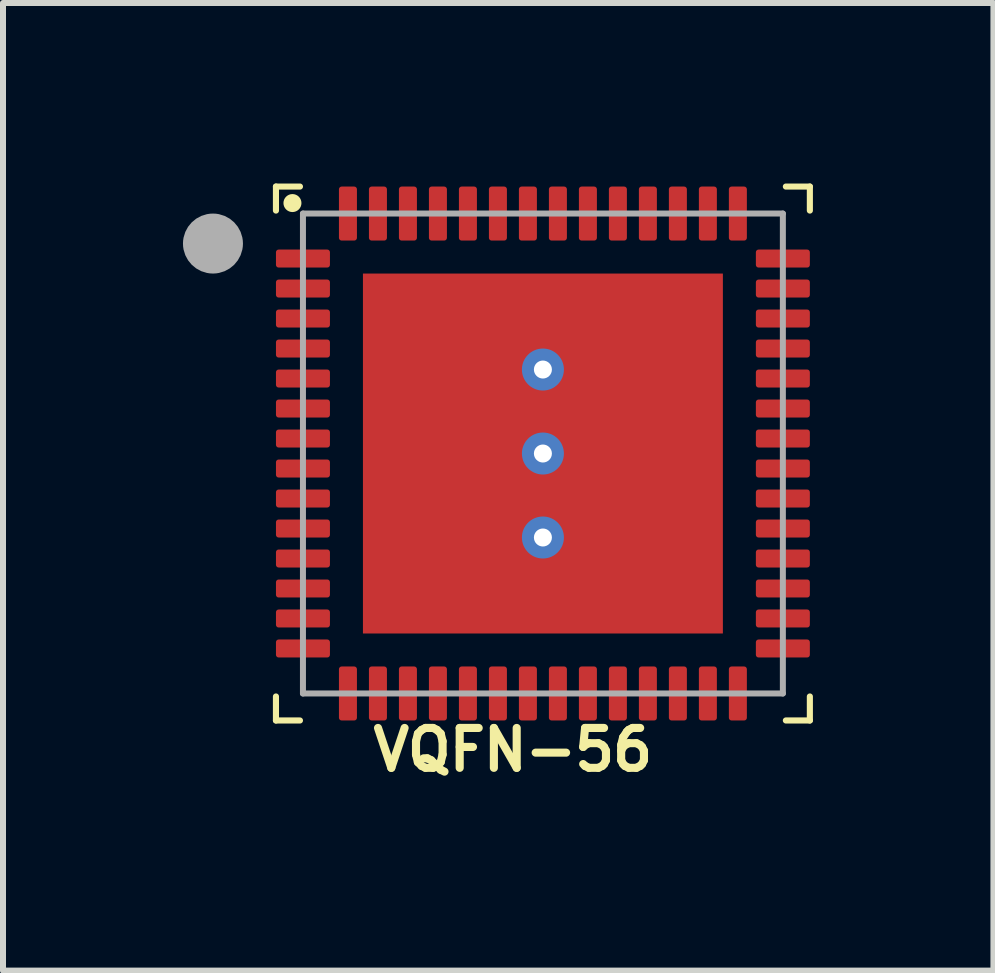
<source format=kicad_pcb>
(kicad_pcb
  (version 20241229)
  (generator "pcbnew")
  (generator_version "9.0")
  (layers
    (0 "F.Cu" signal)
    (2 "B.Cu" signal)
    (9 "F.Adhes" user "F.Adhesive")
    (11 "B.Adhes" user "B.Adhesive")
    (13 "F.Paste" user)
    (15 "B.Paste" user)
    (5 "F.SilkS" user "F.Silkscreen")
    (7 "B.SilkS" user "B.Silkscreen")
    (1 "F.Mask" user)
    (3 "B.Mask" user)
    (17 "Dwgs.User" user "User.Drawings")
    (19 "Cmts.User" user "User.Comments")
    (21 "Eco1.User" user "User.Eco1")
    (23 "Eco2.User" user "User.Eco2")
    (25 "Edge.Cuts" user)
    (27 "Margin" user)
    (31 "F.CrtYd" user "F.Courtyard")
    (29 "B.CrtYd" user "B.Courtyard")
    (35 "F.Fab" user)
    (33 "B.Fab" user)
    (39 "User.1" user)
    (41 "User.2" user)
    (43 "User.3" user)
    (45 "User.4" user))
  (footprint "VQFN-56"
    (layer "F.Cu")
    (at 6 4.51)
    (property "Reference" "VQFN-56" (at 1.9 4.55 0) (unlocked yes) (layer "F.SilkS") (effects (font (size 0.665 0.665) (thickness 0.135)) (justify right top)))
    (fp_poly (pts (xy -3 3) (xy 3 3) (xy 3 -3) (xy -3 -3)) (stroke (width 0) (type default)) (fill yes) (layer "F.Cu"))
    (fp_poly (pts (xy -4.51 -2.54) (xy -3.49 -2.54) (xy -3.49 -2.96) (xy -4.51 -2.96)) (stroke (width 0) (type default)) (fill yes) (layer "F.Mask"))
    (fp_poly (pts (xy -4.51 -2.04) (xy -3.49 -2.04) (xy -3.49 -2.46) (xy -4.51 -2.46)) (stroke (width 0) (type default)) (fill yes) (layer "F.Mask"))
    (fp_poly (pts (xy -4.51 -1.54) (xy -3.49 -1.54) (xy -3.49 -1.96) (xy -4.51 -1.96)) (stroke (width 0) (type default)) (fill yes) (layer "F.Mask"))
    (fp_poly (pts (xy -4.51 -1.04) (xy -3.49 -1.04) (xy -3.49 -1.46) (xy -4.51 -1.46)) (stroke (width 0) (type default)) (fill yes) (layer "F.Mask"))
    (fp_poly (pts (xy -4.51 -0.54) (xy -3.49 -0.54) (xy -3.49 -0.96) (xy -4.51 -0.96)) (stroke (width 0) (type default)) (fill yes) (layer "F.Mask"))
    (fp_poly (pts (xy -4.51 -0.04) (xy -3.49 -0.04) (xy -3.49 -0.46) (xy -4.51 -0.46)) (stroke (width 0) (type default)) (fill yes) (layer "F.Mask"))
    (fp_poly (pts (xy -4.51 0.46) (xy -3.49 0.46) (xy -3.49 0.04) (xy -4.51 0.04)) (stroke (width 0) (type default)) (fill yes) (layer "F.Mask"))
    (fp_poly (pts (xy -4.51 0.96) (xy -3.49 0.96) (xy -3.49 0.54) (xy -4.51 0.54)) (stroke (width 0) (type default)) (fill yes) (layer "F.Mask"))
    (fp_poly (pts (xy -4.51 1.46) (xy -3.49 1.46) (xy -3.49 1.04) (xy -4.51 1.04)) (stroke (width 0) (type default)) (fill yes) (layer "F.Mask"))
    (fp_poly (pts (xy -4.51 1.96) (xy -3.49 1.96) (xy -3.49 1.54) (xy -4.51 1.54)) (stroke (width 0) (type default)) (fill yes) (layer "F.Mask"))
    (fp_poly (pts (xy -4.51 2.46) (xy -3.49 2.46) (xy -3.49 2.04) (xy -4.51 2.04)) (stroke (width 0) (type default)) (fill yes) (layer "F.Mask"))
    (fp_poly (pts (xy -4.51 2.96) (xy -3.49 2.96) (xy -3.49 2.54) (xy -4.51 2.54)) (stroke (width 0) (type default)) (fill yes) (layer "F.Mask"))
    (fp_poly (pts (xy -3.1 3.1) (xy 3.1 3.1) (xy 3.1 -3.1) (xy -3.1 -3.1)) (stroke (width 0) (type default)) (fill yes) (layer "F.Mask"))
    (fp_poly (pts (xy -2.54 -3.49) (xy -2.54 -4.51) (xy -2.96 -4.51) (xy -2.96 -3.49)) (stroke (width 0) (type default)) (fill yes) (layer "F.Mask"))
    (fp_poly (pts (xy -2.54 4.51) (xy -2.54 3.49) (xy -2.96 3.49) (xy -2.96 4.51)) (stroke (width 0) (type default)) (fill yes) (layer "F.Mask"))
    (fp_poly (pts (xy -2.04 -3.49) (xy -2.04 -4.51) (xy -2.46 -4.51) (xy -2.46 -3.49)) (stroke (width 0) (type default)) (fill yes) (layer "F.Mask"))
    (fp_poly (pts (xy -2.04 4.51) (xy -2.04 3.49) (xy -2.46 3.49) (xy -2.46 4.51)) (stroke (width 0) (type default)) (fill yes) (layer "F.Mask"))
    (fp_poly (pts (xy -1.54 -3.49) (xy -1.54 -4.51) (xy -1.96 -4.51) (xy -1.96 -3.49)) (stroke (width 0) (type default)) (fill yes) (layer "F.Mask"))
    (fp_poly (pts (xy -1.54 4.51) (xy -1.54 3.49) (xy -1.96 3.49) (xy -1.96 4.51)) (stroke (width 0) (type default)) (fill yes) (layer "F.Mask"))
    (fp_poly (pts (xy -1.04 -3.49) (xy -1.04 -4.51) (xy -1.46 -4.51) (xy -1.46 -3.49)) (stroke (width 0) (type default)) (fill yes) (layer "F.Mask"))
    (fp_poly (pts (xy -1.04 4.51) (xy -1.04 3.49) (xy -1.46 3.49) (xy -1.46 4.51)) (stroke (width 0) (type default)) (fill yes) (layer "F.Mask"))
    (fp_poly (pts (xy -0.54 -3.49) (xy -0.54 -4.51) (xy -0.96 -4.51) (xy -0.96 -3.49)) (stroke (width 0) (type default)) (fill yes) (layer "F.Mask"))
    (fp_poly (pts (xy -0.54 4.51) (xy -0.54 3.49) (xy -0.96 3.49) (xy -0.96 4.51)) (stroke (width 0) (type default)) (fill yes) (layer "F.Mask"))
    (fp_poly (pts (xy -0.04 -3.49) (xy -0.04 -4.51) (xy -0.46 -4.51) (xy -0.46 -3.49)) (stroke (width 0) (type default)) (fill yes) (layer "F.Mask"))
    (fp_poly (pts (xy -0.04 4.51) (xy -0.04 3.49) (xy -0.46 3.49) (xy -0.46 4.51)) (stroke (width 0) (type default)) (fill yes) (layer "F.Mask"))
    (fp_poly (pts (xy 0.46 -3.49) (xy 0.46 -4.51) (xy 0.04 -4.51) (xy 0.04 -3.49)) (stroke (width 0) (type default)) (fill yes) (layer "F.Mask"))
    (fp_poly (pts (xy 0.46 4.51) (xy 0.46 3.49) (xy 0.04 3.49) (xy 0.04 4.51)) (stroke (width 0) (type default)) (fill yes) (layer "F.Mask"))
    (fp_poly (pts (xy 0.96 -3.49) (xy 0.96 -4.51) (xy 0.54 -4.51) (xy 0.54 -3.49)) (stroke (width 0) (type default)) (fill yes) (layer "F.Mask"))
    (fp_poly (pts (xy 0.96 4.51) (xy 0.96 3.49) (xy 0.54 3.49) (xy 0.54 4.51)) (stroke (width 0) (type default)) (fill yes) (layer "F.Mask"))
    (fp_poly (pts (xy 1.46 -3.49) (xy 1.46 -4.51) (xy 1.04 -4.51) (xy 1.04 -3.49)) (stroke (width 0) (type default)) (fill yes) (layer "F.Mask"))
    (fp_poly (pts (xy 1.46 4.51) (xy 1.46 3.49) (xy 1.04 3.49) (xy 1.04 4.51)) (stroke (width 0) (type default)) (fill yes) (layer "F.Mask"))
    (fp_poly (pts (xy 1.96 -3.49) (xy 1.96 -4.51) (xy 1.54 -4.51) (xy 1.54 -3.49)) (stroke (width 0) (type default)) (fill yes) (layer "F.Mask"))
    (fp_poly (pts (xy 1.96 4.51) (xy 1.96 3.49) (xy 1.54 3.49) (xy 1.54 4.51)) (stroke (width 0) (type default)) (fill yes) (layer "F.Mask"))
    (fp_poly (pts (xy 2.46 -3.49) (xy 2.46 -4.51) (xy 2.04 -4.51) (xy 2.04 -3.49)) (stroke (width 0) (type default)) (fill yes) (layer "F.Mask"))
    (fp_poly (pts (xy 2.46 4.51) (xy 2.46 3.49) (xy 2.04 3.49) (xy 2.04 4.51)) (stroke (width 0) (type default)) (fill yes) (layer "F.Mask"))
    (fp_poly (pts (xy 2.96 -3.49) (xy 2.96 -4.51) (xy 2.54 -4.51) (xy 2.54 -3.49)) (stroke (width 0) (type default)) (fill yes) (layer "F.Mask"))
    (fp_poly (pts (xy 2.96 4.51) (xy 2.96 3.49) (xy 2.54 3.49) (xy 2.54 4.51)) (stroke (width 0) (type default)) (fill yes) (layer "F.Mask"))
    (fp_poly (pts (xy 3.49 -2.54) (xy 4.51 -2.54) (xy 4.51 -2.96) (xy 3.49 -2.96)) (stroke (width 0) (type default)) (fill yes) (layer "F.Mask"))
    (fp_poly (pts (xy 3.49 -2.04) (xy 4.51 -2.04) (xy 4.51 -2.46) (xy 3.49 -2.46)) (stroke (width 0) (type default)) (fill yes) (layer "F.Mask"))
    (fp_poly (pts (xy 3.49 -1.54) (xy 4.51 -1.54) (xy 4.51 -1.96) (xy 3.49 -1.96)) (stroke (width 0) (type default)) (fill yes) (layer "F.Mask"))
    (fp_poly (pts (xy 3.49 -1.04) (xy 4.51 -1.04) (xy 4.51 -1.46) (xy 3.49 -1.46)) (stroke (width 0) (type default)) (fill yes) (layer "F.Mask"))
    (fp_poly (pts (xy 3.49 -0.54) (xy 4.51 -0.54) (xy 4.51 -0.96) (xy 3.49 -0.96)) (stroke (width 0) (type default)) (fill yes) (layer "F.Mask"))
    (fp_poly (pts (xy 3.49 -0.04) (xy 4.51 -0.04) (xy 4.51 -0.46) (xy 3.49 -0.46)) (stroke (width 0) (type default)) (fill yes) (layer "F.Mask"))
    (fp_poly (pts (xy 3.49 0.46) (xy 4.51 0.46) (xy 4.51 0.04) (xy 3.49 0.04)) (stroke (width 0) (type default)) (fill yes) (layer "F.Mask"))
    (fp_poly (pts (xy 3.49 0.96) (xy 4.51 0.96) (xy 4.51 0.54) (xy 3.49 0.54)) (stroke (width 0) (type default)) (fill yes) (layer "F.Mask"))
    (fp_poly (pts (xy 3.49 1.46) (xy 4.51 1.46) (xy 4.51 1.04) (xy 3.49 1.04)) (stroke (width 0) (type default)) (fill yes) (layer "F.Mask"))
    (fp_poly (pts (xy 3.49 1.96) (xy 4.51 1.96) (xy 4.51 1.54) (xy 3.49 1.54)) (stroke (width 0) (type default)) (fill yes) (layer "F.Mask"))
    (fp_poly (pts (xy 3.49 2.46) (xy 4.51 2.46) (xy 4.51 2.04) (xy 3.49 2.04)) (stroke (width 0) (type default)) (fill yes) (layer "F.Mask"))
    (fp_poly (pts (xy 3.49 2.96) (xy 4.51 2.96) (xy 4.51 2.54) (xy 3.49 2.54)) (stroke (width 0) (type default)) (fill yes) (layer "F.Mask"))
    (fp_poly (pts (xy -3.49 -3.381) (xy -3.49 -3.04) (xy -4.51 -3.04) (xy -4.51 -3.46) (xy -3.569 -3.46)) (stroke (width 0) (type default)) (fill yes) (layer "F.Mask"))
    (fp_poly (pts (xy -3.49 3.381) (xy -3.569 3.46) (xy -4.51 3.46) (xy -4.51 3.04) (xy -3.49 3.04)) (stroke (width 0) (type default)) (fill yes) (layer "F.Mask"))
    (fp_poly (pts (xy -3.04 -3.49) (xy -3.381 -3.49) (xy -3.46 -3.569) (xy -3.46 -4.51) (xy -3.04 -4.51)) (stroke (width 0) (type default)) (fill yes) (layer "F.Mask"))
    (fp_poly (pts (xy -3.04 4.51) (xy -3.46 4.51) (xy -3.46 3.569) (xy -3.381 3.49) (xy -3.04 3.49)) (stroke (width 0) (type default)) (fill yes) (layer "F.Mask"))
    (fp_poly (pts (xy 3.46 -3.569) (xy 3.381 -3.49) (xy 3.04 -3.49) (xy 3.04 -4.51) (xy 3.46 -4.51)) (stroke (width 0) (type default)) (fill yes) (layer "F.Mask"))
    (fp_poly (pts (xy 3.46 3.569) (xy 3.46 4.51) (xy 3.04 4.51) (xy 3.04 3.49) (xy 3.381 3.49)) (stroke (width 0) (type default)) (fill yes) (layer "F.Mask"))
    (fp_poly (pts (xy 4.51 -3.04) (xy 3.49 -3.04) (xy 3.49 -3.381) (xy 3.569 -3.46) (xy 4.51 -3.46)) (stroke (width 0) (type default)) (fill yes) (layer "F.Mask"))
    (fp_poly (pts (xy 4.51 3.46) (xy 3.569 3.46) (xy 3.49 3.381) (xy 3.49 3.04) (xy 4.51 3.04)) (stroke (width 0) (type default)) (fill yes) (layer "F.Mask"))
    (fp_line (start -4.45 -4.45) (end -4.05 -4.45) (stroke (width 0.102) (type solid)) (layer "F.SilkS"))
    (fp_line (start -4.45 -4.05) (end -4.45 -4.45) (stroke (width 0.102) (type solid)) (layer "F.SilkS"))
    (fp_line (start -4.45 4.45) (end -4.45 4.05) (stroke (width 0.102) (type solid)) (layer "F.SilkS"))
    (fp_line (start -4.05 4.45) (end -4.45 4.45) (stroke (width 0.102) (type solid)) (layer "F.SilkS"))
    (fp_line (start 4.05 -4.45) (end 4.45 -4.45) (stroke (width 0.102) (type solid)) (layer "F.SilkS"))
    (fp_line (start 4.45 -4.45) (end 4.45 -4.05) (stroke (width 0.102) (type solid)) (layer "F.SilkS"))
    (fp_line (start 4.45 4.05) (end 4.45 4.45) (stroke (width 0.102) (type solid)) (layer "F.SilkS"))
    (fp_line (start 4.45 4.45) (end 4.05 4.45) (stroke (width 0.102) (type solid)) (layer "F.SilkS"))
    (fp_circle (center -4.175 -4.175) (end -4.1 -4.175) (stroke (width 0.15) (type solid)) (fill yes) (layer "F.SilkS"))
    (fp_poly (pts (xy -4.4 -3.15) (xy -3.6 -3.15) (xy -3.6 -3.35) (xy -4.4 -3.35)) (stroke (width 0) (type default)) (fill yes) (layer "F.Paste"))
    (fp_poly (pts (xy -4.4 3.35) (xy -3.6 3.35) (xy -3.6 3.15) (xy -4.4 3.15)) (stroke (width 0) (type default)) (fill yes) (layer "F.Paste"))
    (fp_poly (pts (xy -3.6 -2.85) (xy -4.4 -2.85) (xy -4.4 -2.65) (xy -3.6 -2.65)) (stroke (width 0) (type default)) (fill yes) (layer "F.Paste"))
    (fp_poly (pts (xy -3.6 -2.35) (xy -4.4 -2.35) (xy -4.4 -2.15) (xy -3.6 -2.15)) (stroke (width 0) (type default)) (fill yes) (layer "F.Paste"))
    (fp_poly (pts (xy -3.6 -1.85) (xy -4.4 -1.85) (xy -4.4 -1.65) (xy -3.6 -1.65)) (stroke (width 0) (type default)) (fill yes) (layer "F.Paste"))
    (fp_poly (pts (xy -3.6 -1.35) (xy -4.4 -1.35) (xy -4.4 -1.15) (xy -3.6 -1.15)) (stroke (width 0) (type default)) (fill yes) (layer "F.Paste"))
    (fp_poly (pts (xy -3.6 -0.85) (xy -4.4 -0.85) (xy -4.4 -0.65) (xy -3.6 -0.65)) (stroke (width 0) (type default)) (fill yes) (layer "F.Paste"))
    (fp_poly (pts (xy -3.6 -0.35) (xy -4.4 -0.35) (xy -4.4 -0.15) (xy -3.6 -0.15)) (stroke (width 0) (type default)) (fill yes) (layer "F.Paste"))
    (fp_poly (pts (xy -3.6 0.15) (xy -4.4 0.15) (xy -4.4 0.35) (xy -3.6 0.35)) (stroke (width 0) (type default)) (fill yes) (layer "F.Paste"))
    (fp_poly (pts (xy -3.6 0.65) (xy -4.4 0.65) (xy -4.4 0.85) (xy -3.6 0.85)) (stroke (width 0) (type default)) (fill yes) (layer "F.Paste"))
    (fp_poly (pts (xy -3.6 1.15) (xy -4.4 1.15) (xy -4.4 1.35) (xy -3.6 1.35)) (stroke (width 0) (type default)) (fill yes) (layer "F.Paste"))
    (fp_poly (pts (xy -3.6 1.65) (xy -4.4 1.65) (xy -4.4 1.85) (xy -3.6 1.85)) (stroke (width 0) (type default)) (fill yes) (layer "F.Paste"))
    (fp_poly (pts (xy -3.6 2.15) (xy -4.4 2.15) (xy -4.4 2.35) (xy -3.6 2.35)) (stroke (width 0) (type default)) (fill yes) (layer "F.Paste"))
    (fp_poly (pts (xy -3.6 2.65) (xy -4.4 2.65) (xy -4.4 2.85) (xy -3.6 2.85)) (stroke (width 0) (type default)) (fill yes) (layer "F.Paste"))
    (fp_poly (pts (xy -3.15 -3.6) (xy -3.15 -4.4) (xy -3.35 -4.4) (xy -3.35 -3.6)) (stroke (width 0) (type default)) (fill yes) (layer "F.Paste"))
    (fp_poly (pts (xy -3.15 4.4) (xy -3.15 3.6) (xy -3.35 3.6) (xy -3.35 4.4)) (stroke (width 0) (type default)) (fill yes) (layer "F.Paste"))
    (fp_poly (pts (xy -2.65 -3.6) (xy -2.65 -4.4) (xy -2.85 -4.4) (xy -2.85 -3.6)) (stroke (width 0) (type default)) (fill yes) (layer "F.Paste"))
    (fp_poly (pts (xy -2.65 4.4) (xy -2.65 3.6) (xy -2.85 3.6) (xy -2.85 4.4)) (stroke (width 0) (type default)) (fill yes) (layer "F.Paste"))
    (fp_poly (pts (xy -2.4 -1.6) (xy -0.4 -1.6) (xy -0.4 -2.6) (xy -2.4 -2.6)) (stroke (width 0) (type default)) (fill yes) (layer "F.Paste"))
    (fp_poly (pts (xy -2.4 -0.2) (xy -0.4 -0.2) (xy -0.4 -1.2) (xy -2.4 -1.2)) (stroke (width 0) (type default)) (fill yes) (layer "F.Paste"))
    (fp_poly (pts (xy -2.4 1.2) (xy -0.4 1.2) (xy -0.4 0.2) (xy -2.4 0.2)) (stroke (width 0) (type default)) (fill yes) (layer "F.Paste"))
    (fp_poly (pts (xy -2.4 2.6) (xy -0.4 2.6) (xy -0.4 1.6) (xy -2.4 1.6)) (stroke (width 0) (type default)) (fill yes) (layer "F.Paste"))
    (fp_poly (pts (xy -2.15 -3.6) (xy -2.15 -4.4) (xy -2.35 -4.4) (xy -2.35 -3.6)) (stroke (width 0) (type default)) (fill yes) (layer "F.Paste"))
    (fp_poly (pts (xy -2.15 4.4) (xy -2.15 3.6) (xy -2.35 3.6) (xy -2.35 4.4)) (stroke (width 0) (type default)) (fill yes) (layer "F.Paste"))
    (fp_poly (pts (xy -1.65 -3.6) (xy -1.65 -4.4) (xy -1.85 -4.4) (xy -1.85 -3.6)) (stroke (width 0) (type default)) (fill yes) (layer "F.Paste"))
    (fp_poly (pts (xy -1.65 4.4) (xy -1.65 3.6) (xy -1.85 3.6) (xy -1.85 4.4)) (stroke (width 0) (type default)) (fill yes) (layer "F.Paste"))
    (fp_poly (pts (xy -1.15 -3.6) (xy -1.15 -4.4) (xy -1.35 -4.4) (xy -1.35 -3.6)) (stroke (width 0) (type default)) (fill yes) (layer "F.Paste"))
    (fp_poly (pts (xy -1.15 4.4) (xy -1.15 3.6) (xy -1.35 3.6) (xy -1.35 4.4)) (stroke (width 0) (type default)) (fill yes) (layer "F.Paste"))
    (fp_poly (pts (xy -0.65 -3.6) (xy -0.65 -4.4) (xy -0.85 -4.4) (xy -0.85 -3.6)) (stroke (width 0) (type default)) (fill yes) (layer "F.Paste"))
    (fp_poly (pts (xy -0.65 4.4) (xy -0.65 3.6) (xy -0.85 3.6) (xy -0.85 4.4)) (stroke (width 0) (type default)) (fill yes) (layer "F.Paste"))
    (fp_poly (pts (xy -0.15 -3.6) (xy -0.15 -4.4) (xy -0.35 -4.4) (xy -0.35 -3.6)) (stroke (width 0) (type default)) (fill yes) (layer "F.Paste"))
    (fp_poly (pts (xy -0.15 4.4) (xy -0.15 3.6) (xy -0.35 3.6) (xy -0.35 4.4)) (stroke (width 0) (type default)) (fill yes) (layer "F.Paste"))
    (fp_poly (pts (xy 0.35 -3.6) (xy 0.35 -4.4) (xy 0.15 -4.4) (xy 0.15 -3.6)) (stroke (width 0) (type default)) (fill yes) (layer "F.Paste"))
    (fp_poly (pts (xy 0.35 4.4) (xy 0.35 3.6) (xy 0.15 3.6) (xy 0.15 4.4)) (stroke (width 0) (type default)) (fill yes) (layer "F.Paste"))
    (fp_poly (pts (xy 0.4 -1.6) (xy 2.4 -1.6) (xy 2.4 -2.6) (xy 0.4 -2.6)) (stroke (width 0) (type default)) (fill yes) (layer "F.Paste"))
    (fp_poly (pts (xy 0.4 -0.2) (xy 2.4 -0.2) (xy 2.4 -1.2) (xy 0.4 -1.2)) (stroke (width 0) (type default)) (fill yes) (layer "F.Paste"))
    (fp_poly (pts (xy 0.4 1.2) (xy 2.4 1.2) (xy 2.4 0.2) (xy 0.4 0.2)) (stroke (width 0) (type default)) (fill yes) (layer "F.Paste"))
    (fp_poly (pts (xy 0.4 2.6) (xy 2.4 2.6) (xy 2.4 1.6) (xy 0.4 1.6)) (stroke (width 0) (type default)) (fill yes) (layer "F.Paste"))
    (fp_poly (pts (xy 0.85 -3.6) (xy 0.85 -4.4) (xy 0.65 -4.4) (xy 0.65 -3.6)) (stroke (width 0) (type default)) (fill yes) (layer "F.Paste"))
    (fp_poly (pts (xy 0.85 4.4) (xy 0.85 3.6) (xy 0.65 3.6) (xy 0.65 4.4)) (stroke (width 0) (type default)) (fill yes) (layer "F.Paste"))
    (fp_poly (pts (xy 1.35 -3.6) (xy 1.35 -4.4) (xy 1.15 -4.4) (xy 1.15 -3.6)) (stroke (width 0) (type default)) (fill yes) (layer "F.Paste"))
    (fp_poly (pts (xy 1.35 4.4) (xy 1.35 3.6) (xy 1.15 3.6) (xy 1.15 4.4)) (stroke (width 0) (type default)) (fill yes) (layer "F.Paste"))
    (fp_poly (pts (xy 1.85 -3.6) (xy 1.85 -4.4) (xy 1.65 -4.4) (xy 1.65 -3.6)) (stroke (width 0) (type default)) (fill yes) (layer "F.Paste"))
    (fp_poly (pts (xy 1.85 4.4) (xy 1.85 3.6) (xy 1.65 3.6) (xy 1.65 4.4)) (stroke (width 0) (type default)) (fill yes) (layer "F.Paste"))
    (fp_poly (pts (xy 2.35 -3.6) (xy 2.35 -4.4) (xy 2.15 -4.4) (xy 2.15 -3.6)) (stroke (width 0) (type default)) (fill yes) (layer "F.Paste"))
    (fp_poly (pts (xy 2.35 4.4) (xy 2.35 3.6) (xy 2.15 3.6) (xy 2.15 4.4)) (stroke (width 0) (type default)) (fill yes) (layer "F.Paste"))
    (fp_poly (pts (xy 2.85 -3.6) (xy 2.85 -4.4) (xy 2.65 -4.4) (xy 2.65 -3.6)) (stroke (width 0) (type default)) (fill yes) (layer "F.Paste"))
    (fp_poly (pts (xy 2.85 4.4) (xy 2.85 3.6) (xy 2.65 3.6) (xy 2.65 4.4)) (stroke (width 0) (type default)) (fill yes) (layer "F.Paste"))
    (fp_poly (pts (xy 3.15 3.6) (xy 3.15 4.4) (xy 3.35 4.4) (xy 3.35 3.6)) (stroke (width 0) (type default)) (fill yes) (layer "F.Paste"))
    (fp_poly (pts (xy 3.35 -3.6) (xy 3.35 -4.4) (xy 3.15 -4.4) (xy 3.15 -3.6)) (stroke (width 0) (type default)) (fill yes) (layer "F.Paste"))
    (fp_poly (pts (xy 4.4 -3.35) (xy 3.6 -3.35) (xy 3.6 -3.15) (xy 4.4 -3.15)) (stroke (width 0) (type default)) (fill yes) (layer "F.Paste"))
    (fp_poly (pts (xy 4.4 -2.85) (xy 3.6 -2.85) (xy 3.6 -2.65) (xy 4.4 -2.65)) (stroke (width 0) (type default)) (fill yes) (layer "F.Paste"))
    (fp_poly (pts (xy 4.4 -2.35) (xy 3.6 -2.35) (xy 3.6 -2.15) (xy 4.4 -2.15)) (stroke (width 0) (type default)) (fill yes) (layer "F.Paste"))
    (fp_poly (pts (xy 4.4 -1.85) (xy 3.6 -1.85) (xy 3.6 -1.65) (xy 4.4 -1.65)) (stroke (width 0) (type default)) (fill yes) (layer "F.Paste"))
    (fp_poly (pts (xy 4.4 -1.35) (xy 3.6 -1.35) (xy 3.6 -1.15) (xy 4.4 -1.15)) (stroke (width 0) (type default)) (fill yes) (layer "F.Paste"))
    (fp_poly (pts (xy 4.4 -0.85) (xy 3.6 -0.85) (xy 3.6 -0.65) (xy 4.4 -0.65)) (stroke (width 0) (type default)) (fill yes) (layer "F.Paste"))
    (fp_poly (pts (xy 4.4 -0.35) (xy 3.6 -0.35) (xy 3.6 -0.15) (xy 4.4 -0.15)) (stroke (width 0) (type default)) (fill yes) (layer "F.Paste"))
    (fp_poly (pts (xy 4.4 0.15) (xy 3.6 0.15) (xy 3.6 0.35) (xy 4.4 0.35)) (stroke (width 0) (type default)) (fill yes) (layer "F.Paste"))
    (fp_poly (pts (xy 4.4 0.65) (xy 3.6 0.65) (xy 3.6 0.85) (xy 4.4 0.85)) (stroke (width 0) (type default)) (fill yes) (layer "F.Paste"))
    (fp_poly (pts (xy 4.4 1.15) (xy 3.6 1.15) (xy 3.6 1.35) (xy 4.4 1.35)) (stroke (width 0) (type default)) (fill yes) (layer "F.Paste"))
    (fp_poly (pts (xy 4.4 1.65) (xy 3.6 1.65) (xy 3.6 1.85) (xy 4.4 1.85)) (stroke (width 0) (type default)) (fill yes) (layer "F.Paste"))
    (fp_poly (pts (xy 4.4 2.15) (xy 3.6 2.15) (xy 3.6 2.35) (xy 4.4 2.35)) (stroke (width 0) (type default)) (fill yes) (layer "F.Paste"))
    (fp_poly (pts (xy 4.4 2.65) (xy 3.6 2.65) (xy 3.6 2.85) (xy 4.4 2.85)) (stroke (width 0) (type default)) (fill yes) (layer "F.Paste"))
    (fp_poly (pts (xy 4.4 3.15) (xy 3.6 3.15) (xy 3.6 3.35) (xy 4.4 3.35)) (stroke (width 0) (type default)) (fill yes) (layer "F.Paste"))
    (fp_line (start -4 -4) (end -4 4) (stroke (width 0.1) (type solid)) (layer "F.Fab"))
    (fp_line (start -4 4) (end 4 4) (stroke (width 0.1) (type solid)) (layer "F.Fab"))
    (fp_line (start 4 -4) (end -4 -4) (stroke (width 0.1) (type solid)) (layer "F.Fab"))
    (fp_line (start 4 4) (end 4 -4) (stroke (width 0.1) (type solid)) (layer "F.Fab"))
    (fp_circle (center -5.5 -3.5) (end -5.25 -3.5) (stroke (width 0.5) (type solid)) (fill no) (layer "F.Fab"))
    (pad "1" smd roundrect (at -4 -3.25) (size 0.9 0.3) (layers "F.Cu") (roundrect_rratio 0.15))
    (pad "2" smd roundrect (at -4 -2.75) (size 0.9 0.3) (layers "F.Cu") (roundrect_rratio 0.15))
    (pad "3" smd roundrect (at -4 -2.25) (size 0.9 0.3) (layers "F.Cu") (roundrect_rratio 0.15))
    (pad "4" smd roundrect (at -4 -1.75) (size 0.9 0.3) (layers "F.Cu") (roundrect_rratio 0.15))
    (pad "5" smd roundrect (at -4 -1.25) (size 0.9 0.3) (layers "F.Cu") (roundrect_rratio 0.15))
    (pad "6" smd roundrect (at -4 -0.75) (size 0.9 0.3) (layers "F.Cu") (roundrect_rratio 0.15))
    (pad "7" smd roundrect (at -4 -0.25) (size 0.9 0.3) (layers "F.Cu") (roundrect_rratio 0.15))
    (pad "8" smd roundrect (at -4 0.25) (size 0.9 0.3) (layers "F.Cu") (roundrect_rratio 0.15))
    (pad "9" smd roundrect (at -4 0.75) (size 0.9 0.3) (layers "F.Cu") (roundrect_rratio 0.15))
    (pad "10" smd roundrect (at -4 1.25) (size 0.9 0.3) (layers "F.Cu") (roundrect_rratio 0.15))
    (pad "11" smd roundrect (at -4 1.75) (size 0.9 0.3) (layers "F.Cu") (roundrect_rratio 0.15))
    (pad "12" smd roundrect (at -4 2.25) (size 0.9 0.3) (layers "F.Cu") (roundrect_rratio 0.15))
    (pad "13" smd roundrect (at -4 2.75) (size 0.9 0.3) (layers "F.Cu") (roundrect_rratio 0.15))
    (pad "14" smd roundrect (at -4 3.25) (size 0.9 0.3) (layers "F.Cu") (roundrect_rratio 0.15))
    (pad "15" smd roundrect (at -3.25 4 90) (size 0.9 0.3) (layers "F.Cu") (roundrect_rratio 0.15))
    (pad "16" smd roundrect (at -2.75 4 90) (size 0.9 0.3) (layers "F.Cu") (roundrect_rratio 0.15))
    (pad "17" smd roundrect (at -2.25 4 90) (size 0.9 0.3) (layers "F.Cu") (roundrect_rratio 0.15))
    (pad "18" smd roundrect (at -1.75 4 90) (size 0.9 0.3) (layers "F.Cu") (roundrect_rratio 0.15))
    (pad "19" smd roundrect (at -1.25 4 90) (size 0.9 0.3) (layers "F.Cu") (roundrect_rratio 0.15))
    (pad "20" smd roundrect (at -0.75 4 90) (size 0.9 0.3) (layers "F.Cu") (roundrect_rratio 0.15))
    (pad "21" smd roundrect (at -0.25 4 90) (size 0.9 0.3) (layers "F.Cu") (roundrect_rratio 0.15))
    (pad "22" smd roundrect (at 0.25 4 90) (size 0.9 0.3) (layers "F.Cu") (roundrect_rratio 0.15))
    (pad "23" smd roundrect (at 0.75 4 90) (size 0.9 0.3) (layers "F.Cu") (roundrect_rratio 0.15))
    (pad "24" smd roundrect (at 1.25 4 90) (size 0.9 0.3) (layers "F.Cu") (roundrect_rratio 0.15))
    (pad "25" smd roundrect (at 1.75 4 90) (size 0.9 0.3) (layers "F.Cu") (roundrect_rratio 0.15))
    (pad "26" smd roundrect (at 2.25 4 90) (size 0.9 0.3) (layers "F.Cu") (roundrect_rratio 0.15))
    (pad "27" smd roundrect (at 2.75 4 90) (size 0.9 0.3) (layers "F.Cu") (roundrect_rratio 0.15))
    (pad "28" smd roundrect (at 3.25 4 90) (size 0.9 0.3) (layers "F.Cu") (roundrect_rratio 0.15))
    (pad "29" smd roundrect (at 4 3.25) (size 0.9 0.3) (layers "F.Cu") (roundrect_rratio 0.15))
    (pad "30" smd roundrect (at 4 2.75) (size 0.9 0.3) (layers "F.Cu") (roundrect_rratio 0.15))
    (pad "31" smd roundrect (at 4 2.25) (size 0.9 0.3) (layers "F.Cu") (roundrect_rratio 0.15))
    (pad "32" smd roundrect (at 4 1.75) (size 0.9 0.3) (layers "F.Cu") (roundrect_rratio 0.15))
    (pad "33" smd roundrect (at 4 1.25) (size 0.9 0.3) (layers "F.Cu") (roundrect_rratio 0.15))
    (pad "34" smd roundrect (at 4 0.75) (size 0.9 0.3) (layers "F.Cu") (roundrect_rratio 0.15))
    (pad "35" smd roundrect (at 4 0.25) (size 0.9 0.3) (layers "F.Cu") (roundrect_rratio 0.15))
    (pad "36" smd roundrect (at 4 -0.25) (size 0.9 0.3) (layers "F.Cu") (roundrect_rratio 0.15))
    (pad "37" smd roundrect (at 4 -0.75) (size 0.9 0.3) (layers "F.Cu") (roundrect_rratio 0.15))
    (pad "38" smd roundrect (at 4 -1.25) (size 0.9 0.3) (layers "F.Cu") (roundrect_rratio 0.15))
    (pad "39" smd roundrect (at 4 -1.75) (size 0.9 0.3) (layers "F.Cu") (roundrect_rratio 0.15))
    (pad "40" smd roundrect (at 4 -2.25) (size 0.9 0.3) (layers "F.Cu") (roundrect_rratio 0.15))
    (pad "41" smd roundrect (at 4 -2.75) (size 0.9 0.3) (layers "F.Cu") (roundrect_rratio 0.15))
    (pad "42" smd roundrect (at 4 -3.25) (size 0.9 0.3) (layers "F.Cu") (roundrect_rratio 0.15))
    (pad "43" smd roundrect (at 3.25 -4 90) (size 0.9 0.3) (layers "F.Cu") (roundrect_rratio 0.15))
    (pad "44" smd roundrect (at 2.75 -4 90) (size 0.9 0.3) (layers "F.Cu") (roundrect_rratio 0.15))
    (pad "45" smd roundrect (at 2.25 -4 90) (size 0.9 0.3) (layers "F.Cu") (roundrect_rratio 0.15))
    (pad "46" smd roundrect (at 1.75 -4 90) (size 0.9 0.3) (layers "F.Cu") (roundrect_rratio 0.15))
    (pad "47" smd roundrect (at 1.25 -4 90) (size 0.9 0.3) (layers "F.Cu") (roundrect_rratio 0.15))
    (pad "48" smd roundrect (at 0.75 -4 90) (size 0.9 0.3) (layers "F.Cu") (roundrect_rratio 0.15))
    (pad "49" smd roundrect (at 0.25 -4 90) (size 0.9 0.3) (layers "F.Cu") (roundrect_rratio 0.15))
    (pad "50" smd roundrect (at -0.25 -4 90) (size 0.9 0.3) (layers "F.Cu") (roundrect_rratio 0.15))
    (pad "51" smd roundrect (at -0.75 -4 90) (size 0.9 0.3) (layers "F.Cu") (roundrect_rratio 0.15))
    (pad "52" smd roundrect (at -1.25 -4 90) (size 0.9 0.3) (layers "F.Cu") (roundrect_rratio 0.15))
    (pad "53" smd roundrect (at -1.75 -4 90) (size 0.9 0.3) (layers "F.Cu") (roundrect_rratio 0.15))
    (pad "54" smd roundrect (at -2.25 -4 90) (size 0.9 0.3) (layers "F.Cu") (roundrect_rratio 0.15))
    (pad "55" smd roundrect (at -2.75 -4 90) (size 0.9 0.3) (layers "F.Cu") (roundrect_rratio 0.15))
    (pad "56" smd roundrect (at -3.25 -4 90) (size 0.9 0.3) (layers "F.Cu") (roundrect_rratio 0.15))
    (pad "P$1" thru_hole circle (at 0 -1.4) (size 0.7 0.7) (drill 0.3) (layers "*.Cu"))
    (pad "P$2" thru_hole circle (at 0 0) (size 0.7 0.7) (drill 0.3) (layers "*.Cu"))
    (pad "P$3" thru_hole circle (at 0 1.4) (size 0.7 0.7) (drill 0.3) (layers "*.Cu")))
  (gr_rect
    (start -3 -3)
    (end 13.51 13.13)
    (stroke (width 0.1) (type default))
    (fill no)
    (layer "Edge.Cuts")))
</source>
